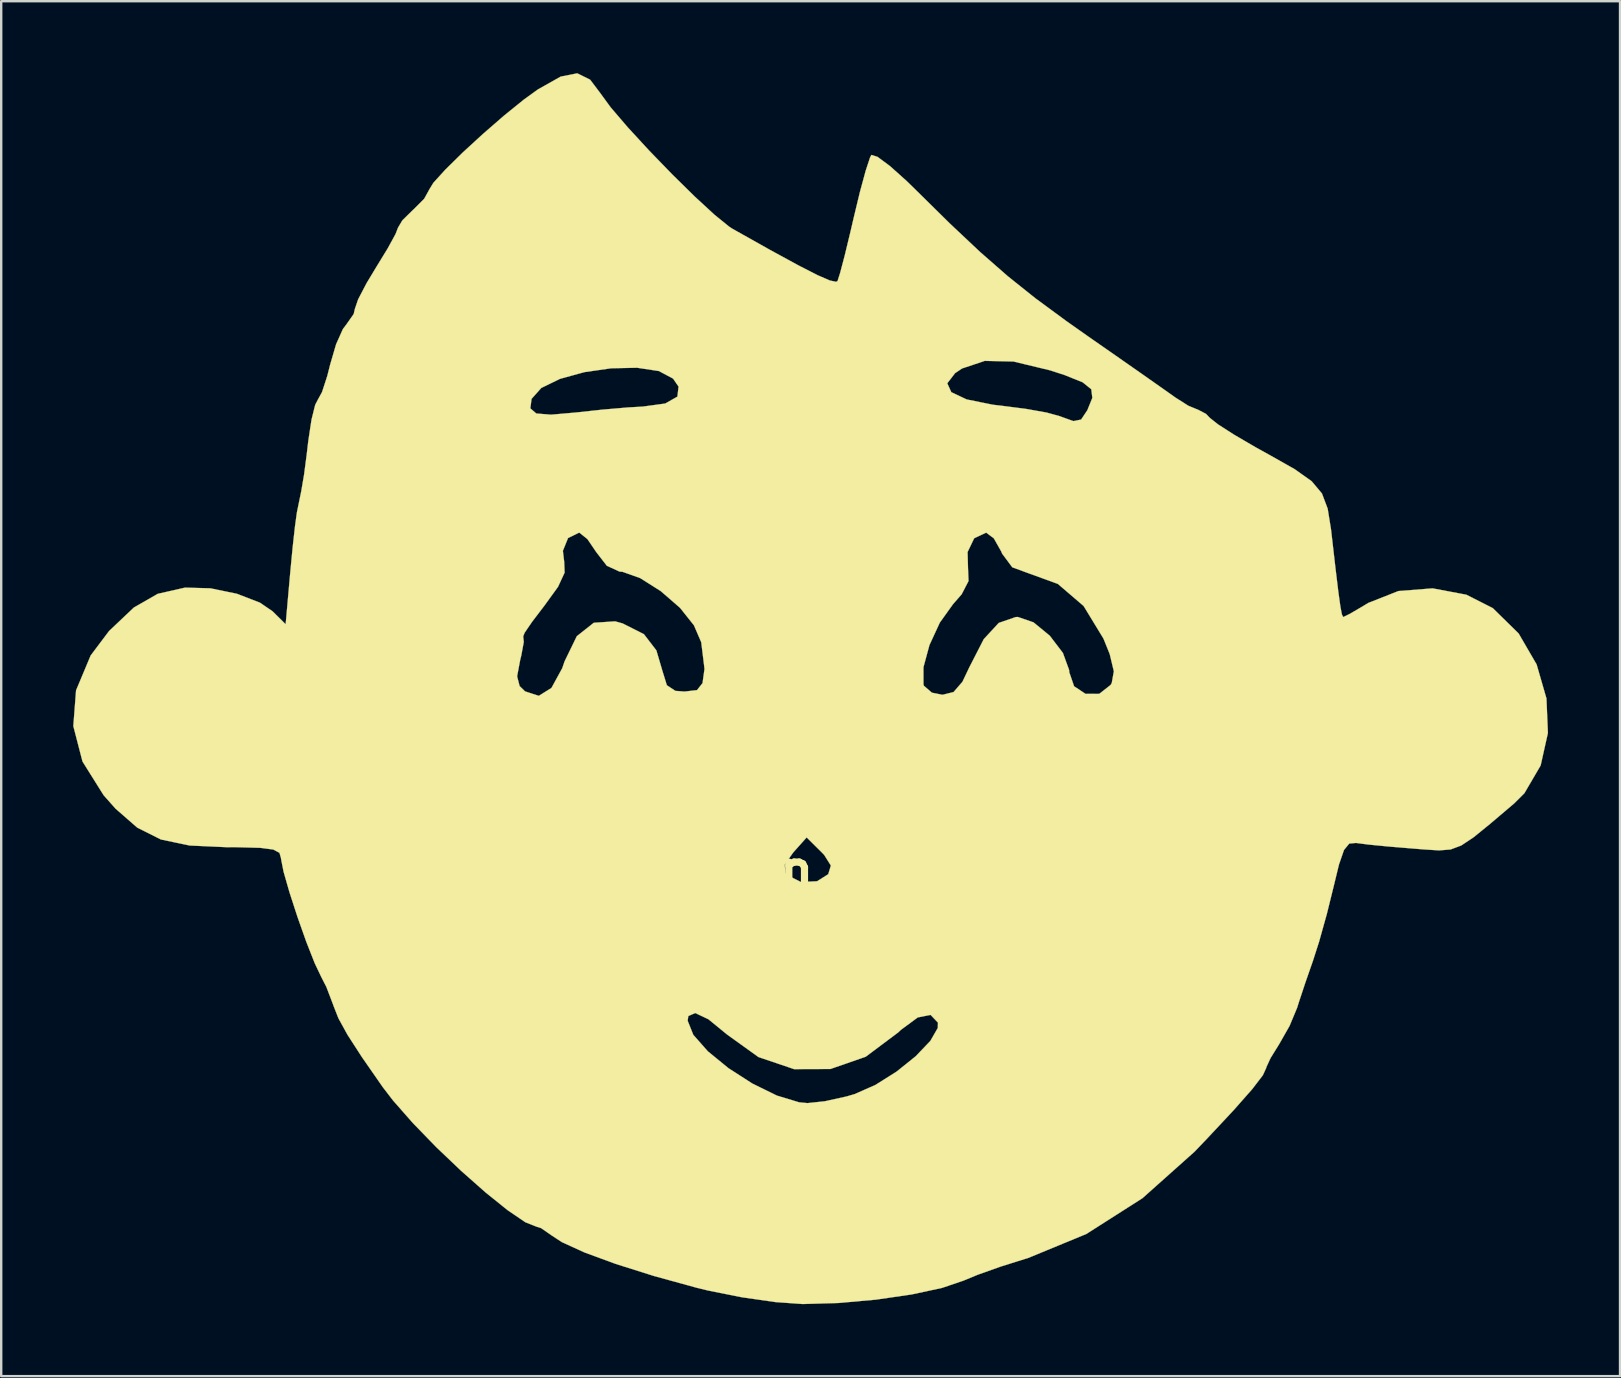
<source format=kicad_pcb>
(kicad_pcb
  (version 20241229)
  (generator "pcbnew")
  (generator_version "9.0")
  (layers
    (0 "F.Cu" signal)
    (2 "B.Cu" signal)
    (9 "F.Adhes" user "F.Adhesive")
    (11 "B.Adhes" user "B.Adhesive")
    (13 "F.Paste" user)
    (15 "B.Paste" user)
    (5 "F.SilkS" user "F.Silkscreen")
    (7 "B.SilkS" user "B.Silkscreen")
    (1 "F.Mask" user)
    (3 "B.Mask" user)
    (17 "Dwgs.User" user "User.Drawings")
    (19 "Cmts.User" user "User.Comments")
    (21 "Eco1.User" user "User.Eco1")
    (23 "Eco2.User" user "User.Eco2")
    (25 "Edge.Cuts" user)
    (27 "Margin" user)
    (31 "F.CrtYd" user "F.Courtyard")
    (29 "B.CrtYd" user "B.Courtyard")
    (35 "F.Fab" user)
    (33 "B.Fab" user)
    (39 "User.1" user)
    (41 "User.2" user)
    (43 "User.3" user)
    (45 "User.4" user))
  (footprint "women_face1"
    (layer "F.Cu")
    (at 30.723 33.195)
    (property "Reference" "women_face1" (at 0 0 0) (layer "F.SilkS") (effects (font (size 1.524 1.524) (thickness 0.3))))
    (attr through_hole)
    (fp_poly (pts (xy -9.183 -32.923) (xy -8.758 -32.358) (xy -8.33 -31.772) (xy -7.624 -30.947) (xy -6.74 -29.986) (xy -5.775 -28.989) (xy -4.828 -28.057) (xy -3.998 -27.292) (xy -3.384 -26.795) (xy -3.251 -26.71) (xy -1.691 -25.834) (xy -0.529 -25.2) (xy 0.285 -24.783) (xy 0.8 -24.559) (xy 1.065 -24.503) (xy 1.122 -24.534) (xy 1.23 -24.871) (xy 1.423 -25.604) (xy 1.665 -26.606) (xy 1.794 -27.162) (xy 2.056 -28.249) (xy 2.296 -29.132) (xy 2.477 -29.682) (xy 2.533 -29.79) (xy 2.789 -29.71) (xy 3.312 -29.322) (xy 4.006 -28.7) (xy 4.303 -28.41) (xy 5.802 -26.933) (xy 7.066 -25.743) (xy 8.217 -24.736) (xy 9.375 -23.811) (xy 10.661 -22.864) (xy 11.545 -22.241) (xy 12.691 -21.443) (xy 13.739 -20.711) (xy 14.586 -20.116) (xy 15.129 -19.732) (xy 15.191 -19.687) (xy 15.738 -19.34) (xy 16.111 -19.186) (xy 16.122 -19.185) (xy 16.475 -19.001) (xy 16.631 -18.837) (xy 16.97 -18.567) (xy 17.651 -18.13) (xy 18.557 -17.601) (xy 19.082 -17.311) (xy 20.167 -16.698) (xy 20.878 -16.194) (xy 21.306 -15.683) (xy 21.544 -15.052) (xy 21.684 -14.185) (xy 21.699 -14.051) (xy 21.866 -12.597) (xy 21.987 -11.599) (xy 22.073 -10.978) (xy 22.135 -10.652) (xy 22.186 -10.542) (xy 22.197 -10.538) (xy 22.455 -10.663) (xy 22.991 -10.975) (xy 23.231 -11.122) (xy 24.491 -11.619) (xy 25.916 -11.731) (xy 27.322 -11.466) (xy 28.423 -10.908) (xy 29.5 -9.852) (xy 30.25 -8.561) (xy 30.66 -7.143) (xy 30.72 -5.704) (xy 30.418 -4.353) (xy 29.741 -3.196) (xy 29.319 -2.775) (xy 28.323 -1.929) (xy 27.624 -1.36) (xy 27.109 -1.018) (xy 26.667 -0.852) (xy 26.185 -0.814) (xy 25.552 -0.854) (xy 25.073 -0.893) (xy 24.081 -0.975) (xy 23.241 -1.057) (xy 22.731 -1.123) (xy 22.722 -1.124) (xy 22.443 -1.098) (xy 22.224 -0.831) (xy 22.014 -0.222) (xy 21.796 0.676) (xy 21.507 1.844) (xy 21.184 2.998) (xy 20.932 3.783) (xy 20.616 4.69) (xy 20.342 5.516) (xy 20.272 5.741) (xy 19.958 6.495) (xy 19.518 7.268) (xy 19.517 7.269) (xy 19.163 7.841) (xy 18.99 8.217) (xy 18.986 8.245) (xy 18.843 8.556) (xy 18.4 9.133) (xy 17.631 10.005) (xy 16.514 11.2) (xy 15.994 11.743) (xy 13.827 13.677) (xy 11.487 15.169) (xy 9.053 16.173) (xy 8.937 16.207) (xy 7.915 16.528) (xy 6.965 16.866) (xy 6.372 17.111) (xy 5.474 17.416) (xy 4.209 17.688) (xy 2.723 17.904) (xy 1.161 18.044) (xy -0.33 18.087) (xy -0.331 18.087) (xy -1.463 18.006) (xy -2.857 17.806) (xy -4.282 17.522) (xy -4.746 17.409) (xy -6.536 16.916) (xy -8.122 16.415) (xy -9.425 15.936) (xy -10.366 15.506) (xy -10.796 15.224) (xy -11.227 14.925) (xy -11.424 14.862) (xy -11.887 14.678) (xy -12.621 14.179) (xy -13.539 13.44) (xy -14.56 12.538) (xy -15.599 11.548) (xy -16.571 10.546) (xy -17.394 9.61) (xy -17.823 9.052) (xy -18.696 7.795) (xy -19.295 6.868) (xy -19.617 6.282) (xy -5.123 6.282) (xy -4.888 6.87) (xy -4.283 7.556) (xy -3.424 8.259) (xy -2.426 8.901) (xy -1.405 9.402) (xy -0.477 9.683) (xy -0.128 9.716) (xy 0.594 9.639) (xy 1.499 9.439) (xy 1.836 9.34) (xy 2.698 8.96) (xy 3.582 8.404) (xy 4.381 7.762) (xy 4.989 7.125) (xy 5.3 6.585) (xy 5.306 6.362) (xy 4.999 6.04) (xy 4.463 6.147) (xy 3.758 6.667) (xy 3.656 6.766) (xy 2.296 7.784) (xy 0.825 8.295) (xy -0.688 8.3) (xy -2.172 7.797) (xy -3.481 6.857) (xy -4.254 6.224) (xy -4.807 5.962) (xy -5.093 6.087) (xy -5.123 6.282) (xy -19.617 6.282) (xy -19.672 6.183) (xy -19.88 5.653) (xy -19.885 5.635) (xy -20.173 4.879) (xy -20.39 4.455) (xy -20.663 3.88) (xy -21.011 2.996) (xy -21.378 1.96) (xy -21.712 0.932) (xy -21.959 0.071) (xy -22.017 -0.227) (xy -1.079 -0.227) (xy -1.052 0.12) (xy -0.973 0.218) (xy -0.404 0.504) (xy 0.27 0.472) (xy 0.735 0.179) (xy 0.845 -0.182) (xy 0.565 -0.627) (xy 0.428 -0.768) (xy -0.164 -1.354) (xy -0.722 -0.729) (xy -1.079 -0.227) (xy -22.017 -0.227) (xy -22.064 -0.464) (xy -22.065 -0.49) (xy -22.129 -0.712) (xy -22.384 -0.849) (xy -22.927 -0.92) (xy -23.852 -0.945) (xy -24.31 -0.946) (xy -25.869 -1.017) (xy -27.069 -1.268) (xy -28.053 -1.761) (xy -28.96 -2.553) (xy -29.457 -3.114) (xy -30.336 -4.518) (xy -30.718 -5.992) (xy -30.604 -7.482) (xy -30.359 -8.066) (xy -12.228 -8.066) (xy -12.124 -7.661) (xy -11.897 -7.439) (xy -11.323 -7.253) (xy -10.796 -7.583) (xy -10.347 -8.405) (xy -10.249 -8.691) (xy -9.74 -9.738) (xy -9.033 -10.297) (xy -8.146 -10.357) (xy -7.832 -10.27) (xy -6.944 -9.822) (xy -6.425 -9.146) (xy -6.178 -8.307) (xy -5.989 -7.695) (xy -5.636 -7.46) (xy -5.249 -7.431) (xy -4.732 -7.492) (xy -4.502 -7.783) (xy -4.42 -8.377) (xy -4.428 -8.445) (xy 4.702 -8.445) (xy 4.703 -7.73) (xy 4.721 -7.673) (xy 5.055 -7.384) (xy 5.496 -7.296) (xy 5.957 -7.411) (xy 6.326 -7.838) (xy 6.618 -8.45) (xy 7.215 -9.615) (xy 7.841 -10.292) (xy 8.548 -10.536) (xy 8.639 -10.538) (xy 9.288 -10.315) (xy 9.965 -9.759) (xy 10.513 -9.04) (xy 10.772 -8.328) (xy 10.776 -8.242) (xy 10.978 -7.652) (xy 11.458 -7.334) (xy 12.029 -7.337) (xy 12.501 -7.707) (xy 12.548 -7.789) (xy 12.635 -8.276) (xy 12.463 -8.994) (xy 12.202 -9.64) (xy 11.376 -10.996) (xy 10.303 -11.916) (xy 9.129 -12.343) (xy 8.404 -12.608) (xy 7.98 -13.179) (xy 7.941 -13.273) (xy 7.633 -13.818) (xy 7.318 -14.051) (xy 7.312 -14.051) (xy 6.816 -13.819) (xy 6.541 -13.245) (xy 6.558 -12.598) (xy 6.58 -12.037) (xy 6.295 -11.486) (xy 5.933 -11.071) (xy 5.385 -10.306) (xy 4.952 -9.368) (xy 4.702 -8.445) (xy -4.428 -8.445) (xy -4.556 -9.486) (xy -4.86 -10.191) (xy -5.44 -10.92) (xy -6.242 -11.616) (xy -7.097 -12.157) (xy -7.837 -12.421) (xy -7.96 -12.43) (xy -8.49 -12.673) (xy -8.928 -13.239) (xy -9.299 -13.785) (xy -9.626 -14.046) (xy -9.654 -14.049) (xy -10.106 -13.827) (xy -10.321 -13.295) (xy -10.266 -12.835) (xy -10.249 -12.387) (xy -10.522 -11.797) (xy -11.091 -11.011) (xy -11.598 -10.346) (xy -11.915 -9.882) (xy -11.975 -9.728) (xy -11.95 -9.499) (xy -12.054 -8.933) (xy -12.098 -8.758) (xy -12.228 -8.066) (xy -30.359 -8.066) (xy -29.995 -8.935) (xy -29.229 -9.954) (xy -28.196 -10.932) (xy -27.201 -11.503) (xy -26.084 -11.757) (xy -26.041 -11.761) (xy -25.005 -11.733) (xy -23.903 -11.506) (xy -22.943 -11.135) (xy -22.417 -10.776) (xy -21.871 -10.236) (xy -21.684 -12.346) (xy -21.582 -13.417) (xy -21.482 -14.318) (xy -21.405 -14.879) (xy -21.396 -14.929) (xy -21.224 -15.766) (xy -21.104 -16.471) (xy -20.994 -17.309) (xy -20.925 -17.897) (xy -20.794 -18.759) (xy -20.677 -19.231) (xy -11.677 -19.231) (xy -11.429 -19.017) (xy -10.815 -18.967) (xy -9.768 -19.059) (xy -9.749 -19.061) (xy -8.667 -19.178) (xy -7.608 -19.269) (xy -6.994 -19.304) (xy -6.057 -19.432) (xy -5.549 -19.72) (xy -5.501 -20.139) (xy -5.595 -20.275) (xy 5.695 -20.275) (xy 5.862 -19.905) (xy 6.501 -19.603) (xy 7.593 -19.382) (xy 7.985 -19.336) (xy 8.979 -19.208) (xy 9.831 -19.056) (xy 10.354 -18.913) (xy 10.946 -18.7) (xy 11.271 -18.764) (xy 11.525 -19.144) (xy 11.536 -19.167) (xy 11.739 -19.667) (xy 11.696 -20.026) (xy 11.334 -20.318) (xy 10.584 -20.619) (xy 9.97 -20.818) (xy 8.451 -21.183) (xy 7.257 -21.209) (xy 6.309 -20.892) (xy 6.019 -20.697) (xy 5.695 -20.275) (xy -5.595 -20.275) (xy -5.73 -20.471) (xy -6.323 -20.786) (xy -7.229 -20.923) (xy -8.308 -20.901) (xy -9.425 -20.74) (xy -10.443 -20.46) (xy -11.222 -20.08) (xy -11.625 -19.627) (xy -11.677 -19.231) (xy -20.677 -19.231) (xy -20.64 -19.379) (xy -20.533 -19.585) (xy -20.356 -19.908) (xy -20.137 -20.581) (xy -20.015 -21.062) (xy -19.77 -21.901) (xy -19.486 -22.535) (xy -19.348 -22.718) (xy -19.036 -23.162) (xy -18.986 -23.379) (xy -18.851 -23.773) (xy -18.499 -24.448) (xy -18.088 -25.13) (xy -17.618 -25.898) (xy -17.293 -26.493) (xy -17.19 -26.759) (xy -17.008 -27.065) (xy -16.567 -27.498) (xy -16.548 -27.513) (xy -16.1 -27.962) (xy -15.907 -28.309) (xy -15.907 -28.316) (xy -15.719 -28.625) (xy -15.218 -29.177) (xy -14.497 -29.887) (xy -13.648 -30.667) (xy -12.766 -31.433) (xy -11.944 -32.098) (xy -11.358 -32.521) (xy -10.413 -33.053) (xy -9.722 -33.19) (xy -9.183 -32.923)) (stroke (width 0.01) (type solid)) (fill yes) (layer "F.SilkS")))
  (gr_rect
    (start -3 -3)
    (end 64.448 54.286)
    (stroke (width 0.1) (type default))
    (fill no)
    (layer "Edge.Cuts")))
</source>
